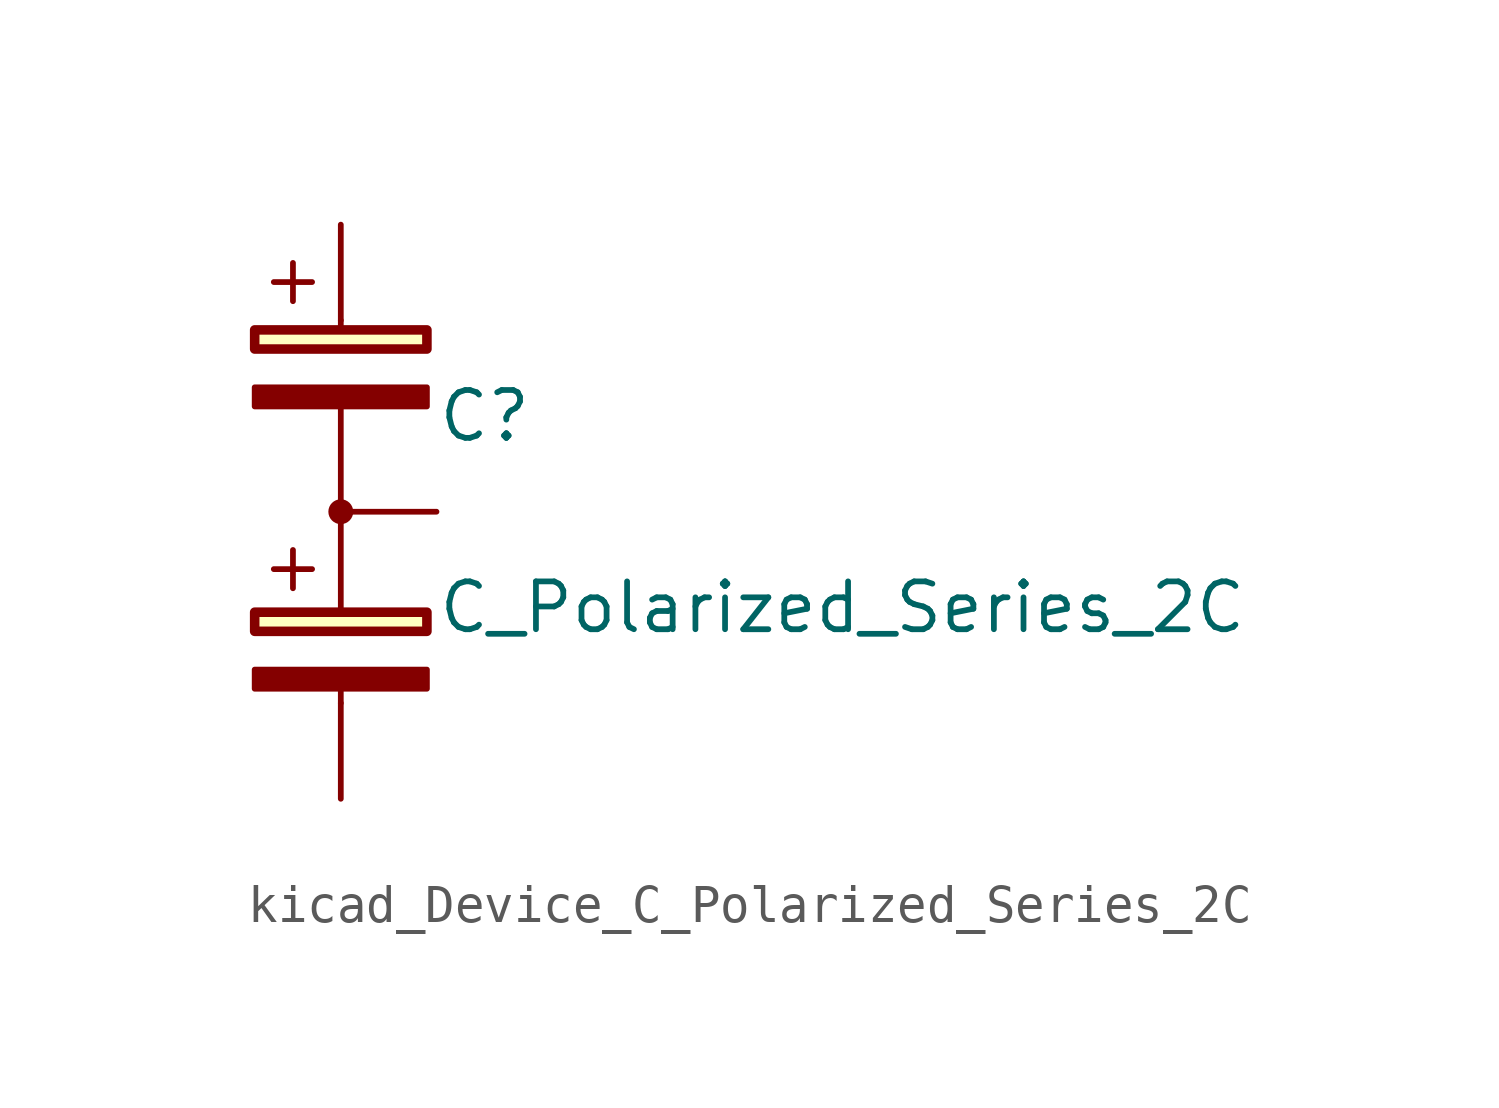
<source format=kicad_sym>
(kicad_symbol_lib
  (version 20220914)
  (generator kicad_symbol_editor)
  (symbol "kicad_Device_C_Polarized_Series_2C"
    (pin_numbers hide)
    (property "Reference" "C"
      (at 2.54 2.54 0)
      (effects (font (size 1.27 1.27)) (justify left)))
    (property "Value" "C_Polarized_Series_2C"
      (at 2.54 -2.54 0)
      (effects (font (size 1.27 1.27)) (justify left)))
    (symbol "kicad_Device_C_Polarized_Series_2C_0_1"
      (rectangle (start -2.286 -3.175) (end 2.286 -2.667) (stroke (width 0.254) (type default)) (fill (type background)))
      (rectangle (start -2.286 4.318) (end 2.286 4.826) (stroke (width 0.254) (type default)) (fill (type background)))
      (polyline (pts (xy -1.778 -1.524) (xy -0.762 -1.524)) (stroke (width 0) (type default)) (fill (type none)))
      (polyline (pts (xy -1.778 6.096) (xy -0.762 6.096)) (stroke (width 0) (type default)) (fill (type none)))
      (polyline (pts (xy -1.27 -1.016) (xy -1.27 -2.032)) (stroke (width 0) (type default)) (fill (type none)))
      (polyline (pts (xy -1.27 6.604) (xy -1.27 5.588)) (stroke (width 0) (type default)) (fill (type none)))
      (polyline (pts (xy 0 -5.08) (xy 0 -4.572)) (stroke (width 0.152) (type default)) (fill (type none)))
      (polyline (pts (xy 0 2.794) (xy 0 -2.667)) (stroke (width 0.152) (type default)) (fill (type none)))
      (polyline (pts (xy 0 5.08) (xy 0 4.826)) (stroke (width 0.152) (type default)) (fill (type none)))
      (circle (center 0 0) (radius 0.254) (stroke (width 0) (type default)) (fill (type outline)))
      (rectangle (start 2.286 -4.191) (end -2.286 -4.699) (stroke (width 0) (type default)) (fill (type outline)))
      (rectangle (start 2.286 3.302) (end -2.286 2.794) (stroke (width 0) (type default)) (fill (type outline))))
    (symbol "kicad_Device_C_Polarized_Series_2C_1_1"
      (pin passive line (at 0 7.62 270) (length 2.54) (name "~" (effects (font (size 1.27 1.27)))) (number "1" (effects (font (size 1.27 1.27)))))
      (pin passive line (at 2.54 0 180) (length 2.54) (name "~" (effects (font (size 1.27 1.27)))) (number "2" (effects (font (size 1.27 1.27)))))
      (pin passive line (at 0 -7.62 90) (length 2.54) (name "~" (effects (font (size 1.27 1.27)))) (number "3" (effects (font (size 1.27 1.27))))))))
</source>
